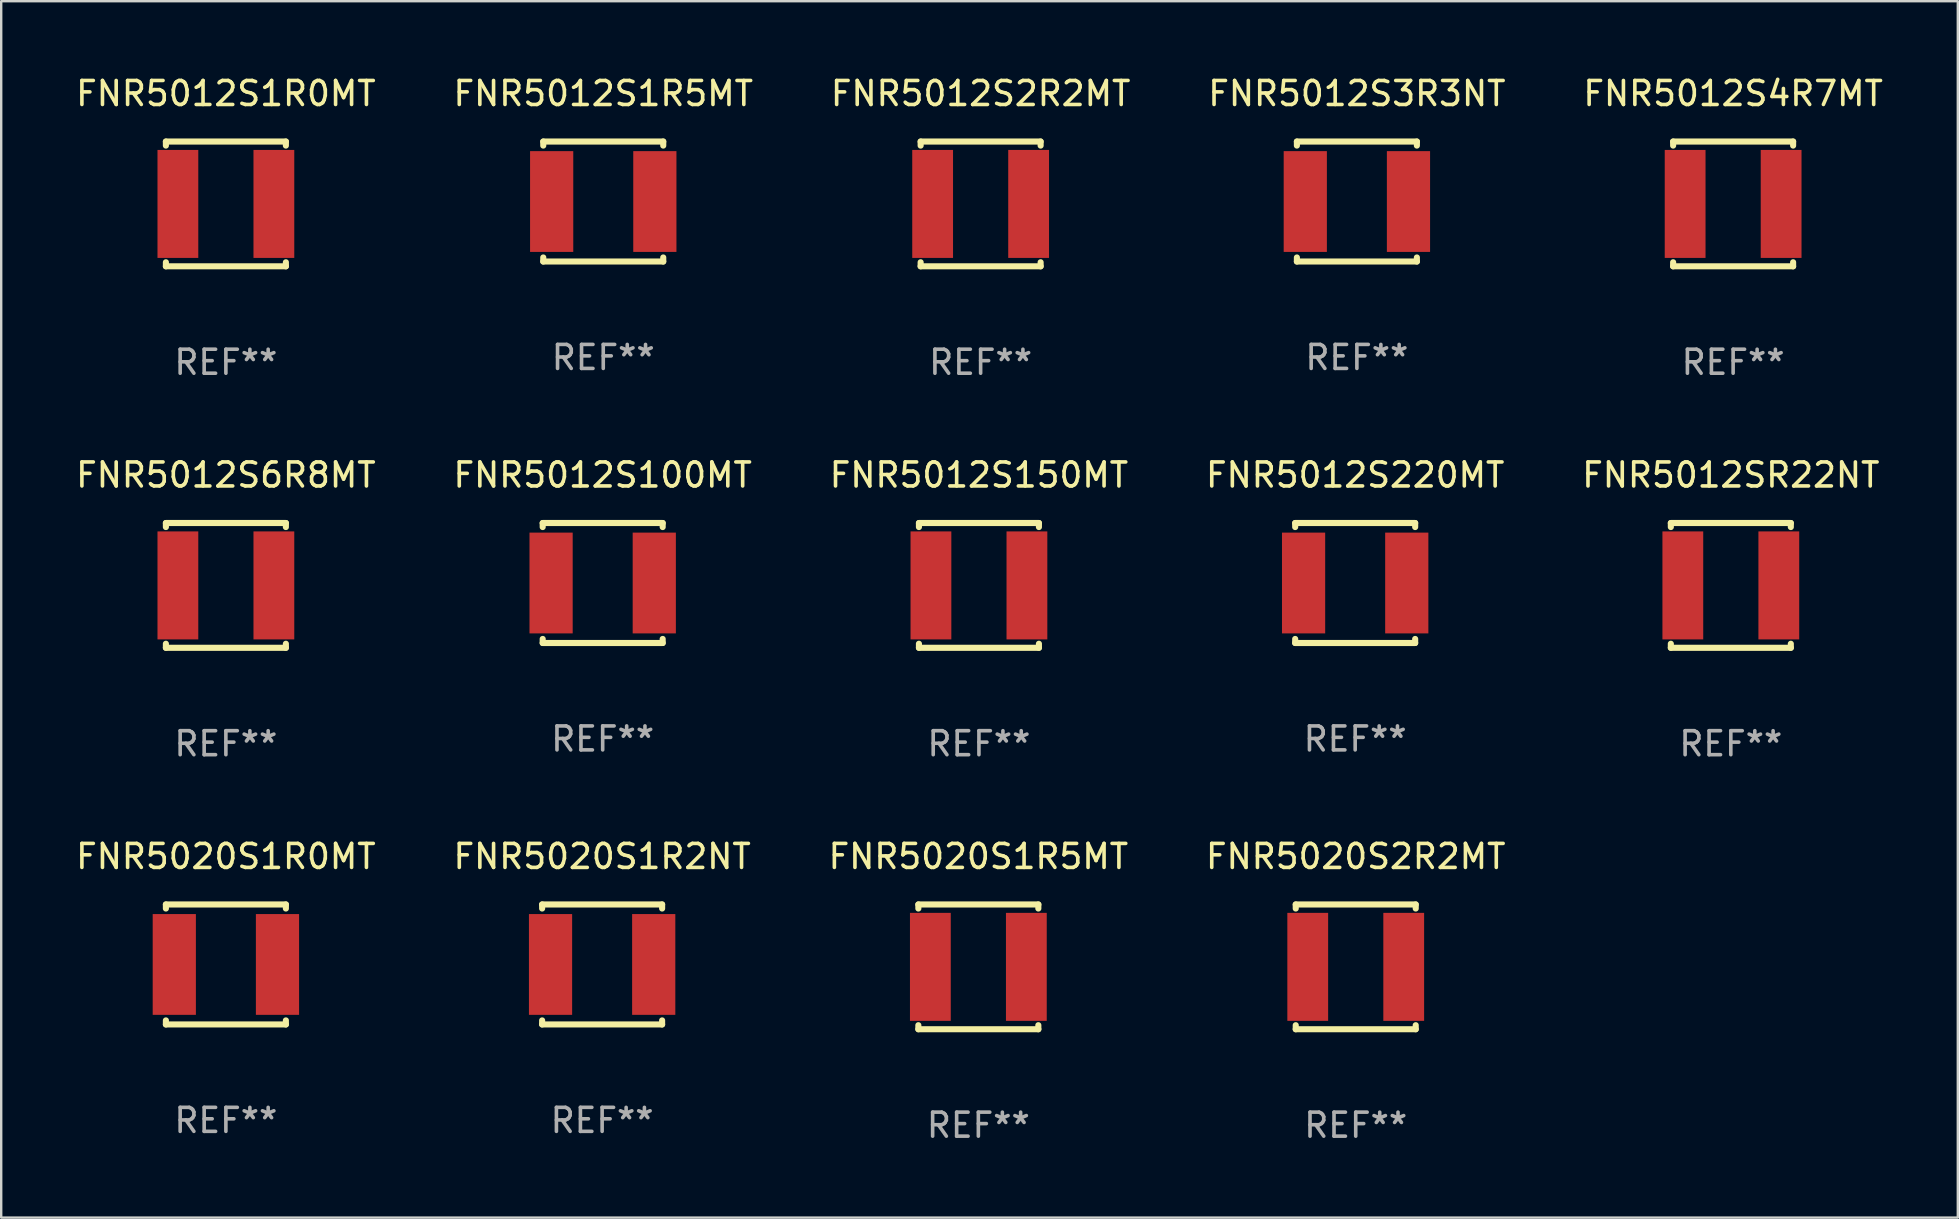
<source format=kicad_pcb>
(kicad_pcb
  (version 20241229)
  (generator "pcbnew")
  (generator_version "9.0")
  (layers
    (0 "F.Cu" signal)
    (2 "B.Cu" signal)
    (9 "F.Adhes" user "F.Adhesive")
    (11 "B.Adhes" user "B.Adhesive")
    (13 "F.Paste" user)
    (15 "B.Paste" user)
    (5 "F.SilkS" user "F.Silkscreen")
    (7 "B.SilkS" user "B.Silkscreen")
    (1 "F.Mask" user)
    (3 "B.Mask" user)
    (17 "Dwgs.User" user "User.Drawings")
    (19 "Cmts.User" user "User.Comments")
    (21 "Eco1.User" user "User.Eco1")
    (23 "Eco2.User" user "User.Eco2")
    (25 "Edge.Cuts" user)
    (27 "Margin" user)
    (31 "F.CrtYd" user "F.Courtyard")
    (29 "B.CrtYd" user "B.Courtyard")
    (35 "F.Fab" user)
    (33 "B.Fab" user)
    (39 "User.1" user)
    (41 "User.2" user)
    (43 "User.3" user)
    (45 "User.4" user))
  (footprint "FNR5012S2R2MT"
    (layer "F.Cu")
    (at 37.815 5.448)
    (property "Reference" "FNR5012S2R2MT" (at 0 -4.6 0) (layer "F.SilkS") (effects (font (size 1 1) (thickness 0.15))))
    (attr through_hole)
    (fp_line (start -2.5 -2.6) (end -2.5 -2.431) (stroke (width 0.254) (type solid)) (layer "F.SilkS"))
    (fp_line (start -2.5 -2.6) (end 2.5 -2.6) (stroke (width 0.254) (type solid)) (layer "F.SilkS"))
    (fp_line (start -2.5 2.431) (end -2.5 2.6) (stroke (width 0.254) (type solid)) (layer "F.SilkS"))
    (fp_line (start -2.5 2.6) (end 2.5 2.6) (stroke (width 0.254) (type solid)) (layer "F.SilkS"))
    (fp_line (start 2.5 -2.431) (end 2.5 -2.6) (stroke (width 0.254) (type solid)) (layer "F.SilkS"))
    (fp_line (start 2.5 2.6) (end 2.5 2.431) (stroke (width 0.254) (type solid)) (layer "F.SilkS"))
    (fp_circle (center -2.5 2.5) (end -2.47 2.5) (stroke (width 0.06) (type solid)) (fill no) (layer "F.SilkS"))
    (fp_text user "REF**" (at 0 6.6 0) (layer "F.Fab") (effects (font (size 1 1) (thickness 0.15))))
    (pad "1" smd rect (at -2 0) (size 1.7 4.5) (layers "F.Cu" "F.Mask" "F.Paste"))
    (pad "2" smd rect (at 2 0) (size 1.7 4.5) (layers "F.Cu" "F.Mask" "F.Paste")))
  (footprint "FNR5012S3R3NT"
    (layer "F.Cu")
    (at 53.494 5.348)
    (property "Reference" "FNR5012S3R3NT" (at 0 -4.5 0) (layer "F.SilkS") (effects (font (size 1 1) (thickness 0.15))))
    (attr through_hole)
    (fp_line (start -2.5 -2.5) (end -2.5 -2.331) (stroke (width 0.254) (type solid)) (layer "F.SilkS"))
    (fp_line (start -2.5 -2.5) (end 2.5 -2.5) (stroke (width 0.254) (type solid)) (layer "F.SilkS"))
    (fp_line (start -2.5 2.331) (end -2.5 2.5) (stroke (width 0.254) (type solid)) (layer "F.SilkS"))
    (fp_line (start -2.5 2.5) (end 2.5 2.5) (stroke (width 0.254) (type solid)) (layer "F.SilkS"))
    (fp_line (start 2.5 -2.331) (end 2.5 -2.5) (stroke (width 0.254) (type solid)) (layer "F.SilkS"))
    (fp_line (start 2.5 2.5) (end 2.5 2.331) (stroke (width 0.254) (type solid)) (layer "F.SilkS"))
    (fp_circle (center -2.5 2.5) (end -2.47 2.5) (stroke (width 0.06) (type solid)) (fill no) (layer "F.SilkS"))
    (fp_text user "REF**" (at 0 6.5 0) (layer "F.Fab") (effects (font (size 1 1) (thickness 0.15))))
    (pad "1" smd rect (at -2.15 0) (size 1.8 4.2) (layers "F.Cu" "F.Mask" "F.Paste"))
    (pad "2" smd rect (at 2.15 0) (size 1.8 4.2) (layers "F.Cu" "F.Mask" "F.Paste")))
  (footprint "FNR5020S1R5MT"
    (layer "F.Cu")
    (at 37.72 37.241)
    (property "Reference" "FNR5020S1R5MT" (at 0 -4.6 0) (layer "F.SilkS") (effects (font (size 1 1) (thickness 0.15))))
    (attr through_hole)
    (fp_line (start -2.5 -2.6) (end -2.5 -2.431) (stroke (width 0.254) (type solid)) (layer "F.SilkS"))
    (fp_line (start -2.5 -2.6) (end 2.5 -2.6) (stroke (width 0.254) (type solid)) (layer "F.SilkS"))
    (fp_line (start -2.5 2.431) (end -2.5 2.6) (stroke (width 0.254) (type solid)) (layer "F.SilkS"))
    (fp_line (start -2.5 2.6) (end 2.5 2.6) (stroke (width 0.254) (type solid)) (layer "F.SilkS"))
    (fp_line (start 2.5 -2.431) (end 2.5 -2.6) (stroke (width 0.254) (type solid)) (layer "F.SilkS"))
    (fp_line (start 2.5 2.6) (end 2.5 2.431) (stroke (width 0.254) (type solid)) (layer "F.SilkS"))
    (fp_circle (center -2.5 2.5) (end -2.47 2.5) (stroke (width 0.06) (type solid)) (fill no) (layer "F.SilkS"))
    (fp_text user "REF**" (at 0 6.6 0) (layer "F.Fab") (effects (font (size 1 1) (thickness 0.15))))
    (pad "1" smd rect (at -2 0) (size 1.7 4.5) (layers "F.Cu" "F.Mask" "F.Paste"))
    (pad "2" smd rect (at 2 0) (size 1.7 4.5) (layers "F.Cu" "F.Mask" "F.Paste")))
  (footprint "FNR5020S1R2NT"
    (layer "F.Cu")
    (at 22.042 37.141)
    (property "Reference" "FNR5020S1R2NT" (at 0 -4.5 0) (layer "F.SilkS") (effects (font (size 1 1) (thickness 0.15))))
    (attr through_hole)
    (fp_line (start -2.5 -2.5) (end -2.5 -2.331) (stroke (width 0.254) (type solid)) (layer "F.SilkS"))
    (fp_line (start -2.5 -2.5) (end 2.5 -2.5) (stroke (width 0.254) (type solid)) (layer "F.SilkS"))
    (fp_line (start -2.5 2.331) (end -2.5 2.5) (stroke (width 0.254) (type solid)) (layer "F.SilkS"))
    (fp_line (start -2.5 2.5) (end 2.5 2.5) (stroke (width 0.254) (type solid)) (layer "F.SilkS"))
    (fp_line (start 2.5 -2.331) (end 2.5 -2.5) (stroke (width 0.254) (type solid)) (layer "F.SilkS"))
    (fp_line (start 2.5 2.5) (end 2.5 2.331) (stroke (width 0.254) (type solid)) (layer "F.SilkS"))
    (fp_circle (center -2.5 2.5) (end -2.47 2.5) (stroke (width 0.06) (type solid)) (fill no) (layer "F.SilkS"))
    (fp_text user "REF**" (at 0 6.5 0) (layer "F.Fab") (effects (font (size 1 1) (thickness 0.15))))
    (pad "1" smd rect (at -2.15 0) (size 1.8 4.2) (layers "F.Cu" "F.Mask" "F.Paste"))
    (pad "2" smd rect (at 2.15 0) (size 1.8 4.2) (layers "F.Cu" "F.Mask" "F.Paste")))
  (footprint "FNR5012S150MT"
    (layer "F.Cu")
    (at 37.744 21.345)
    (property "Reference" "FNR5012S150MT" (at 0 -4.6 0) (layer "F.SilkS") (effects (font (size 1 1) (thickness 0.15))))
    (attr through_hole)
    (fp_line (start -2.5 -2.6) (end -2.5 -2.431) (stroke (width 0.254) (type solid)) (layer "F.SilkS"))
    (fp_line (start -2.5 -2.6) (end 2.5 -2.6) (stroke (width 0.254) (type solid)) (layer "F.SilkS"))
    (fp_line (start -2.5 2.431) (end -2.5 2.6) (stroke (width 0.254) (type solid)) (layer "F.SilkS"))
    (fp_line (start -2.5 2.6) (end 2.5 2.6) (stroke (width 0.254) (type solid)) (layer "F.SilkS"))
    (fp_line (start 2.5 -2.431) (end 2.5 -2.6) (stroke (width 0.254) (type solid)) (layer "F.SilkS"))
    (fp_line (start 2.5 2.6) (end 2.5 2.431) (stroke (width 0.254) (type solid)) (layer "F.SilkS"))
    (fp_circle (center -2.5 2.5) (end -2.47 2.5) (stroke (width 0.06) (type solid)) (fill no) (layer "F.SilkS"))
    (fp_text user "REF**" (at 0 6.6 0) (layer "F.Fab") (effects (font (size 1 1) (thickness 0.15))))
    (pad "1" smd rect (at -2 0) (size 1.7 4.5) (layers "F.Cu" "F.Mask" "F.Paste"))
    (pad "2" smd rect (at 2 0) (size 1.7 4.5) (layers "F.Cu" "F.Mask" "F.Paste")))
  (footprint "FNR5012S6R8MT"
    (layer "F.Cu")
    (at 6.363 21.345)
    (property "Reference" "FNR5012S6R8MT" (at 0 -4.6 0) (layer "F.SilkS") (effects (font (size 1 1) (thickness 0.15))))
    (attr through_hole)
    (fp_line (start -2.5 -2.6) (end -2.5 -2.431) (stroke (width 0.254) (type solid)) (layer "F.SilkS"))
    (fp_line (start -2.5 -2.6) (end 2.5 -2.6) (stroke (width 0.254) (type solid)) (layer "F.SilkS"))
    (fp_line (start -2.5 2.431) (end -2.5 2.6) (stroke (width 0.254) (type solid)) (layer "F.SilkS"))
    (fp_line (start -2.5 2.6) (end 2.5 2.6) (stroke (width 0.254) (type solid)) (layer "F.SilkS"))
    (fp_line (start 2.5 -2.431) (end 2.5 -2.6) (stroke (width 0.254) (type solid)) (layer "F.SilkS"))
    (fp_line (start 2.5 2.6) (end 2.5 2.431) (stroke (width 0.254) (type solid)) (layer "F.SilkS"))
    (fp_circle (center -2.5 2.5) (end -2.47 2.5) (stroke (width 0.06) (type solid)) (fill no) (layer "F.SilkS"))
    (fp_text user "REF**" (at 0 6.6 0) (layer "F.Fab") (effects (font (size 1 1) (thickness 0.15))))
    (pad "1" smd rect (at -2 0) (size 1.7 4.5) (layers "F.Cu" "F.Mask" "F.Paste"))
    (pad "2" smd rect (at 2 0) (size 1.7 4.5) (layers "F.Cu" "F.Mask" "F.Paste")))
  (footprint "FNR5020S1R0MT"
    (layer "F.Cu")
    (at 6.363 37.141)
    (property "Reference" "FNR5020S1R0MT" (at 0 -4.5 0) (layer "F.SilkS") (effects (font (size 1 1) (thickness 0.15))))
    (attr through_hole)
    (fp_line (start -2.5 -2.5) (end -2.5 -2.331) (stroke (width 0.254) (type solid)) (layer "F.SilkS"))
    (fp_line (start -2.5 -2.5) (end 2.5 -2.5) (stroke (width 0.254) (type solid)) (layer "F.SilkS"))
    (fp_line (start -2.5 2.331) (end -2.5 2.5) (stroke (width 0.254) (type solid)) (layer "F.SilkS"))
    (fp_line (start -2.5 2.5) (end 2.5 2.5) (stroke (width 0.254) (type solid)) (layer "F.SilkS"))
    (fp_line (start 2.5 -2.331) (end 2.5 -2.5) (stroke (width 0.254) (type solid)) (layer "F.SilkS"))
    (fp_line (start 2.5 2.5) (end 2.5 2.331) (stroke (width 0.254) (type solid)) (layer "F.SilkS"))
    (fp_circle (center -2.5 2.5) (end -2.47 2.5) (stroke (width 0.06) (type solid)) (fill no) (layer "F.SilkS"))
    (fp_text user "REF**" (at 0 6.5 0) (layer "F.Fab") (effects (font (size 1 1) (thickness 0.15))))
    (pad "1" smd rect (at -2.15 0) (size 1.8 4.2) (layers "F.Cu" "F.Mask" "F.Paste"))
    (pad "2" smd rect (at 2.15 0) (size 1.8 4.2) (layers "F.Cu" "F.Mask" "F.Paste")))
  (footprint "FNR5012S100MT"
    (layer "F.Cu")
    (at 22.065 21.245)
    (property "Reference" "FNR5012S100MT" (at 0 -4.5 0) (layer "F.SilkS") (effects (font (size 1 1) (thickness 0.15))))
    (attr through_hole)
    (fp_line (start -2.5 -2.5) (end -2.5 -2.331) (stroke (width 0.254) (type solid)) (layer "F.SilkS"))
    (fp_line (start -2.5 -2.5) (end 2.5 -2.5) (stroke (width 0.254) (type solid)) (layer "F.SilkS"))
    (fp_line (start -2.5 2.331) (end -2.5 2.5) (stroke (width 0.254) (type solid)) (layer "F.SilkS"))
    (fp_line (start -2.5 2.5) (end 2.5 2.5) (stroke (width 0.254) (type solid)) (layer "F.SilkS"))
    (fp_line (start 2.5 -2.331) (end 2.5 -2.5) (stroke (width 0.254) (type solid)) (layer "F.SilkS"))
    (fp_line (start 2.5 2.5) (end 2.5 2.331) (stroke (width 0.254) (type solid)) (layer "F.SilkS"))
    (fp_circle (center -2.5 2.5) (end -2.47 2.5) (stroke (width 0.06) (type solid)) (fill no) (layer "F.SilkS"))
    (fp_text user "REF**" (at 0 6.5 0) (layer "F.Fab") (effects (font (size 1 1) (thickness 0.15))))
    (pad "1" smd rect (at -2.15 0) (size 1.8 4.2) (layers "F.Cu" "F.Mask" "F.Paste"))
    (pad "2" smd rect (at 2.15 0) (size 1.8 4.2) (layers "F.Cu" "F.Mask" "F.Paste")))
  (footprint "FNR5012S4R7MT"
    (layer "F.Cu")
    (at 69.173 5.448)
    (property "Reference" "FNR5012S4R7MT" (at 0 -4.6 0) (layer "F.SilkS") (effects (font (size 1 1) (thickness 0.15))))
    (attr through_hole)
    (fp_line (start -2.5 -2.6) (end -2.5 -2.431) (stroke (width 0.254) (type solid)) (layer "F.SilkS"))
    (fp_line (start -2.5 -2.6) (end 2.5 -2.6) (stroke (width 0.254) (type solid)) (layer "F.SilkS"))
    (fp_line (start -2.5 2.431) (end -2.5 2.6) (stroke (width 0.254) (type solid)) (layer "F.SilkS"))
    (fp_line (start -2.5 2.6) (end 2.5 2.6) (stroke (width 0.254) (type solid)) (layer "F.SilkS"))
    (fp_line (start 2.5 -2.431) (end 2.5 -2.6) (stroke (width 0.254) (type solid)) (layer "F.SilkS"))
    (fp_line (start 2.5 2.6) (end 2.5 2.431) (stroke (width 0.254) (type solid)) (layer "F.SilkS"))
    (fp_circle (center -2.5 2.5) (end -2.47 2.5) (stroke (width 0.06) (type solid)) (fill no) (layer "F.SilkS"))
    (fp_text user "REF**" (at 0 6.6 0) (layer "F.Fab") (effects (font (size 1 1) (thickness 0.15))))
    (pad "1" smd rect (at -2 0) (size 1.7 4.5) (layers "F.Cu" "F.Mask" "F.Paste"))
    (pad "2" smd rect (at 2 0) (size 1.7 4.5) (layers "F.Cu" "F.Mask" "F.Paste")))
  (footprint "FNR5020S2R2MT"
    (layer "F.Cu")
    (at 53.446 37.241)
    (property "Reference" "FNR5020S2R2MT" (at 0 -4.6 0) (layer "F.SilkS") (effects (font (size 1 1) (thickness 0.15))))
    (attr through_hole)
    (fp_line (start -2.5 -2.6) (end -2.5 -2.431) (stroke (width 0.254) (type solid)) (layer "F.SilkS"))
    (fp_line (start -2.5 -2.6) (end 2.5 -2.6) (stroke (width 0.254) (type solid)) (layer "F.SilkS"))
    (fp_line (start -2.5 2.431) (end -2.5 2.6) (stroke (width 0.254) (type solid)) (layer "F.SilkS"))
    (fp_line (start -2.5 2.6) (end 2.5 2.6) (stroke (width 0.254) (type solid)) (layer "F.SilkS"))
    (fp_line (start 2.5 -2.431) (end 2.5 -2.6) (stroke (width 0.254) (type solid)) (layer "F.SilkS"))
    (fp_line (start 2.5 2.6) (end 2.5 2.431) (stroke (width 0.254) (type solid)) (layer "F.SilkS"))
    (fp_circle (center -2.5 2.5) (end -2.47 2.5) (stroke (width 0.06) (type solid)) (fill no) (layer "F.SilkS"))
    (fp_text user "REF**" (at 0 6.6 0) (layer "F.Fab") (effects (font (size 1 1) (thickness 0.15))))
    (pad "1" smd rect (at -2 0) (size 1.7 4.5) (layers "F.Cu" "F.Mask" "F.Paste"))
    (pad "2" smd rect (at 2 0) (size 1.7 4.5) (layers "F.Cu" "F.Mask" "F.Paste")))
  (footprint "FNR5012S220MT"
    (layer "F.Cu")
    (at 53.423 21.245)
    (property "Reference" "FNR5012S220MT" (at 0 -4.5 0) (layer "F.SilkS") (effects (font (size 1 1) (thickness 0.15))))
    (attr through_hole)
    (fp_line (start -2.5 -2.5) (end -2.5 -2.331) (stroke (width 0.254) (type solid)) (layer "F.SilkS"))
    (fp_line (start -2.5 -2.5) (end 2.5 -2.5) (stroke (width 0.254) (type solid)) (layer "F.SilkS"))
    (fp_line (start -2.5 2.331) (end -2.5 2.5) (stroke (width 0.254) (type solid)) (layer "F.SilkS"))
    (fp_line (start -2.5 2.5) (end 2.5 2.5) (stroke (width 0.254) (type solid)) (layer "F.SilkS"))
    (fp_line (start 2.5 -2.331) (end 2.5 -2.5) (stroke (width 0.254) (type solid)) (layer "F.SilkS"))
    (fp_line (start 2.5 2.5) (end 2.5 2.331) (stroke (width 0.254) (type solid)) (layer "F.SilkS"))
    (fp_circle (center -2.5 2.5) (end -2.47 2.5) (stroke (width 0.06) (type solid)) (fill no) (layer "F.SilkS"))
    (fp_text user "REF**" (at 0 6.5 0) (layer "F.Fab") (effects (font (size 1 1) (thickness 0.15))))
    (pad "1" smd rect (at -2.15 0) (size 1.8 4.2) (layers "F.Cu" "F.Mask" "F.Paste"))
    (pad "2" smd rect (at 2.15 0) (size 1.8 4.2) (layers "F.Cu" "F.Mask" "F.Paste")))
  (footprint "FNR5012S1R5MT"
    (layer "F.Cu")
    (at 22.089 5.348)
    (property "Reference" "FNR5012S1R5MT" (at 0 -4.5 0) (layer "F.SilkS") (effects (font (size 1 1) (thickness 0.15))))
    (attr through_hole)
    (fp_line (start -2.5 -2.5) (end -2.5 -2.331) (stroke (width 0.254) (type solid)) (layer "F.SilkS"))
    (fp_line (start -2.5 -2.5) (end 2.5 -2.5) (stroke (width 0.254) (type solid)) (layer "F.SilkS"))
    (fp_line (start -2.5 2.331) (end -2.5 2.5) (stroke (width 0.254) (type solid)) (layer "F.SilkS"))
    (fp_line (start -2.5 2.5) (end 2.5 2.5) (stroke (width 0.254) (type solid)) (layer "F.SilkS"))
    (fp_line (start 2.5 -2.331) (end 2.5 -2.5) (stroke (width 0.254) (type solid)) (layer "F.SilkS"))
    (fp_line (start 2.5 2.5) (end 2.5 2.331) (stroke (width 0.254) (type solid)) (layer "F.SilkS"))
    (fp_circle (center -2.5 2.5) (end -2.47 2.5) (stroke (width 0.06) (type solid)) (fill no) (layer "F.SilkS"))
    (fp_text user "REF**" (at 0 6.5 0) (layer "F.Fab") (effects (font (size 1 1) (thickness 0.15))))
    (pad "1" smd rect (at -2.15 0) (size 1.8 4.2) (layers "F.Cu" "F.Mask" "F.Paste"))
    (pad "2" smd rect (at 2.15 0) (size 1.8 4.2) (layers "F.Cu" "F.Mask" "F.Paste")))
  (footprint "FNR5012SR22NT"
    (layer "F.Cu")
    (at 69.077 21.345)
    (property "Reference" "FNR5012SR22NT" (at 0 -4.6 0) (layer "F.SilkS") (effects (font (size 1 1) (thickness 0.15))))
    (attr through_hole)
    (fp_line (start -2.5 -2.6) (end -2.5 -2.431) (stroke (width 0.254) (type solid)) (layer "F.SilkS"))
    (fp_line (start -2.5 -2.6) (end 2.5 -2.6) (stroke (width 0.254) (type solid)) (layer "F.SilkS"))
    (fp_line (start -2.5 2.431) (end -2.5 2.6) (stroke (width 0.254) (type solid)) (layer "F.SilkS"))
    (fp_line (start -2.5 2.6) (end 2.5 2.6) (stroke (width 0.254) (type solid)) (layer "F.SilkS"))
    (fp_line (start 2.5 -2.431) (end 2.5 -2.6) (stroke (width 0.254) (type solid)) (layer "F.SilkS"))
    (fp_line (start 2.5 2.6) (end 2.5 2.431) (stroke (width 0.254) (type solid)) (layer "F.SilkS"))
    (fp_circle (center -2.5 2.5) (end -2.47 2.5) (stroke (width 0.06) (type solid)) (fill no) (layer "F.SilkS"))
    (fp_text user "REF**" (at 0 6.6 0) (layer "F.Fab") (effects (font (size 1 1) (thickness 0.15))))
    (pad "1" smd rect (at -2 0) (size 1.7 4.5) (layers "F.Cu" "F.Mask" "F.Paste"))
    (pad "2" smd rect (at 2 0) (size 1.7 4.5) (layers "F.Cu" "F.Mask" "F.Paste")))
  (footprint "FNR5012S1R0MT"
    (layer "F.Cu")
    (at 6.363 5.448)
    (property "Reference" "FNR5012S1R0MT" (at 0 -4.6 0) (layer "F.SilkS") (effects (font (size 1 1) (thickness 0.15))))
    (attr through_hole)
    (fp_line (start -2.5 -2.6) (end -2.5 -2.431) (stroke (width 0.254) (type solid)) (layer "F.SilkS"))
    (fp_line (start -2.5 -2.6) (end 2.5 -2.6) (stroke (width 0.254) (type solid)) (layer "F.SilkS"))
    (fp_line (start -2.5 2.431) (end -2.5 2.6) (stroke (width 0.254) (type solid)) (layer "F.SilkS"))
    (fp_line (start -2.5 2.6) (end 2.5 2.6) (stroke (width 0.254) (type solid)) (layer "F.SilkS"))
    (fp_line (start 2.5 -2.431) (end 2.5 -2.6) (stroke (width 0.254) (type solid)) (layer "F.SilkS"))
    (fp_line (start 2.5 2.6) (end 2.5 2.431) (stroke (width 0.254) (type solid)) (layer "F.SilkS"))
    (fp_circle (center -2.5 2.5) (end -2.47 2.5) (stroke (width 0.06) (type solid)) (fill no) (layer "F.SilkS"))
    (fp_text user "REF**" (at 0 6.6 0) (layer "F.Fab") (effects (font (size 1 1) (thickness 0.15))))
    (pad "1" smd rect (at -2 0) (size 1.7 4.5) (layers "F.Cu" "F.Mask" "F.Paste"))
    (pad "2" smd rect (at 2 0) (size 1.7 4.5) (layers "F.Cu" "F.Mask" "F.Paste")))
  (gr_rect
    (start -3 -3)
    (end 78.536 47.69)
    (stroke (width 0.1) (type default))
    (fill no)
    (layer "Edge.Cuts")))
</source>
